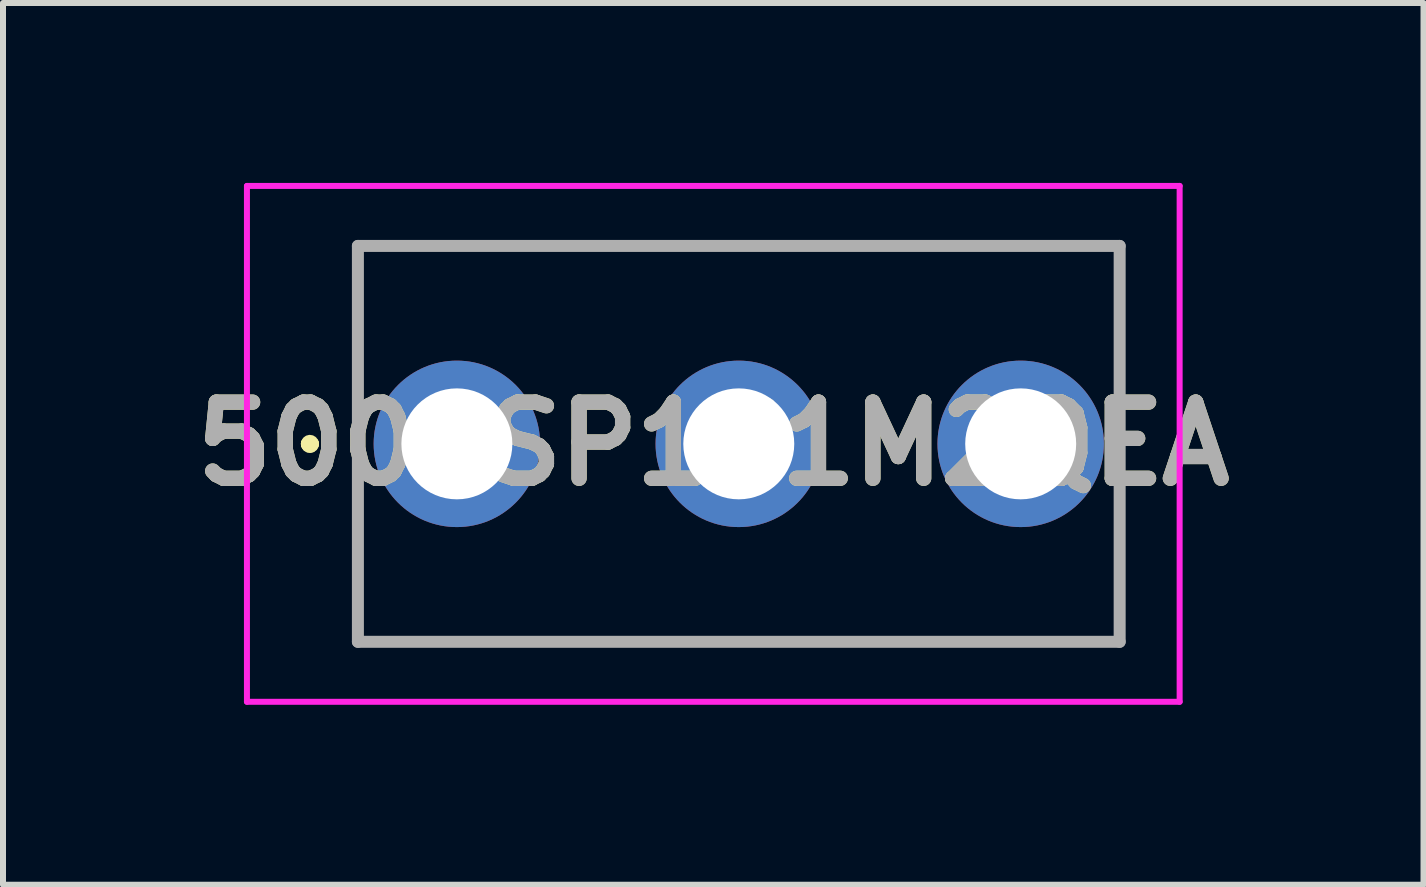
<source format=kicad_pcb>
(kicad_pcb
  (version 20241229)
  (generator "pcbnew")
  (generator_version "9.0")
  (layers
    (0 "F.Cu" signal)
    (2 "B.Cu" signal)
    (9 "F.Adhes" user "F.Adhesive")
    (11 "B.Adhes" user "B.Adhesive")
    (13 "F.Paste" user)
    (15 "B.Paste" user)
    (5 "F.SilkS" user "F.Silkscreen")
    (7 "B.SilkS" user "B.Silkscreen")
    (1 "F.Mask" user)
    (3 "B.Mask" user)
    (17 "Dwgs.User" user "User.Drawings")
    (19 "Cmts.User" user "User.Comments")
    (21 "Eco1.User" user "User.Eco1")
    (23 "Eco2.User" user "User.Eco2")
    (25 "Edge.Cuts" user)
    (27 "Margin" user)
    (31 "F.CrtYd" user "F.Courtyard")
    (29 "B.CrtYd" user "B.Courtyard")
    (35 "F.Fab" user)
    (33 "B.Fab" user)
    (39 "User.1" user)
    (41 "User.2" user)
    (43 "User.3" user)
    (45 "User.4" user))
  (footprint "500SSP1S1M2QEA"
    (layer "F.Cu")
    (at 4.567 4.35)
    (property "Reference" "500SSP1S1M2QEA" (at 4.275 0 0) (layer "F.SilkS") (effects (font (size 1.27 1.27) (thickness 0.254))))
    (attr through_hole)
    (fp_line (start -2.5 0) (end -2.5 0) (stroke (width 0.2) (type solid)) (layer "F.SilkS"))
    (fp_line (start -2.5 0) (end -2.5 0) (stroke (width 0.2) (type solid)) (layer "F.SilkS"))
    (fp_line (start -2.4 0) (end -2.4 0) (stroke (width 0.2) (type solid)) (layer "F.SilkS"))
    (fp_line (start -1.65 -3.3) (end -1.65 -3.3) (stroke (width 0.1) (type solid)) (layer "F.SilkS"))
    (fp_line (start -1.65 -3.3) (end -1.65 -3.3) (stroke (width 0.1) (type solid)) (layer "F.SilkS"))
    (fp_line (start -1.65 -3.3) (end -1.65 -2) (stroke (width 0.1) (type solid)) (layer "F.SilkS"))
    (fp_line (start -1.65 -3.3) (end 11.05 -3.3) (stroke (width 0.1) (type solid)) (layer "F.SilkS"))
    (fp_line (start -1.65 -2) (end -1.65 -3.3) (stroke (width 0.1) (type solid)) (layer "F.SilkS"))
    (fp_line (start -1.65 -2) (end -1.65 -2) (stroke (width 0.1) (type solid)) (layer "F.SilkS"))
    (fp_line (start -1.65 2) (end -1.65 2) (stroke (width 0.1) (type solid)) (layer "F.SilkS"))
    (fp_line (start -1.65 2) (end -1.65 3.3) (stroke (width 0.1) (type solid)) (layer "F.SilkS"))
    (fp_line (start -1.65 3.3) (end -1.65 2) (stroke (width 0.1) (type solid)) (layer "F.SilkS"))
    (fp_line (start -1.65 3.3) (end -1.65 3.3) (stroke (width 0.1) (type solid)) (layer "F.SilkS"))
    (fp_line (start -1.65 3.3) (end -1.65 3.3) (stroke (width 0.1) (type solid)) (layer "F.SilkS"))
    (fp_line (start -1.65 3.3) (end 11.05 3.3) (stroke (width 0.1) (type solid)) (layer "F.SilkS"))
    (fp_line (start 11.05 -3.3) (end -1.65 -3.3) (stroke (width 0.1) (type solid)) (layer "F.SilkS"))
    (fp_line (start 11.05 -3.3) (end 11.05 -3.3) (stroke (width 0.1) (type solid)) (layer "F.SilkS"))
    (fp_line (start 11.05 -3.3) (end 11.05 -3.3) (stroke (width 0.1) (type solid)) (layer "F.SilkS"))
    (fp_line (start 11.05 -3.3) (end 11.05 -2) (stroke (width 0.1) (type solid)) (layer "F.SilkS"))
    (fp_line (start 11.05 -2) (end 11.05 -3.3) (stroke (width 0.1) (type solid)) (layer "F.SilkS"))
    (fp_line (start 11.05 -2) (end 11.05 -2) (stroke (width 0.1) (type solid)) (layer "F.SilkS"))
    (fp_line (start 11.05 2) (end 11.05 2) (stroke (width 0.1) (type solid)) (layer "F.SilkS"))
    (fp_line (start 11.05 2) (end 11.05 3.3) (stroke (width 0.1) (type solid)) (layer "F.SilkS"))
    (fp_line (start 11.05 3.3) (end -1.65 3.3) (stroke (width 0.1) (type solid)) (layer "F.SilkS"))
    (fp_line (start 11.05 3.3) (end 11.05 2) (stroke (width 0.1) (type solid)) (layer "F.SilkS"))
    (fp_line (start 11.05 3.3) (end 11.05 3.3) (stroke (width 0.1) (type solid)) (layer "F.SilkS"))
    (fp_line (start 11.05 3.3) (end 11.05 3.3) (stroke (width 0.1) (type solid)) (layer "F.SilkS"))
    (fp_arc (start -2.5 0) (mid -2.45 -0.05) (end -2.4 0) (stroke (width 0.2) (type solid)) (layer "F.SilkS"))
    (fp_arc (start -2.4 0) (mid -2.45 0.05) (end -2.5 0) (stroke (width 0.2) (type solid)) (layer "F.SilkS"))
    (fp_arc (start -2.4 0) (mid -2.45 0.05) (end -2.5 0) (stroke (width 0.2) (type solid)) (layer "F.SilkS"))
    (fp_line (start -3.5 -4.3) (end 12.05 -4.3) (stroke (width 0.1) (type solid)) (layer "F.CrtYd"))
    (fp_line (start -3.5 4.3) (end -3.5 -4.3) (stroke (width 0.1) (type solid)) (layer "F.CrtYd"))
    (fp_line (start 12.05 -4.3) (end 12.05 4.3) (stroke (width 0.1) (type solid)) (layer "F.CrtYd"))
    (fp_line (start 12.05 4.3) (end -3.5 4.3) (stroke (width 0.1) (type solid)) (layer "F.CrtYd"))
    (fp_line (start -1.65 -3.3) (end -1.65 3.3) (stroke (width 0.2) (type solid)) (layer "F.Fab"))
    (fp_line (start -1.65 3.3) (end 11.05 3.3) (stroke (width 0.2) (type solid)) (layer "F.Fab"))
    (fp_line (start 11.05 -3.3) (end -1.65 -3.3) (stroke (width 0.2) (type solid)) (layer "F.Fab"))
    (fp_line (start 11.05 3.3) (end 11.05 -3.3) (stroke (width 0.2) (type solid)) (layer "F.Fab"))
    (fp_text user "${REFERENCE}" (at 4.275 0 0) (layer "F.Fab") (effects (font (size 1.27 1.27) (thickness 0.254))))
    (pad "1" thru_hole circle (at 0 0) (size 2.775 2.775) (drill 1.85) (layers "*.Cu" "*.Mask"))
    (pad "2" thru_hole circle (at 4.7 0) (size 2.775 2.775) (drill 1.85) (layers "*.Cu" "*.Mask"))
    (pad "3" thru_hole circle (at 9.4 0) (size 2.775 2.775) (drill 1.85) (layers "*.Cu" "*.Mask")))
  (gr_rect
    (start -3 -3)
    (end 20.683 11.7)
    (stroke (width 0.1) (type default))
    (fill no)
    (layer "Edge.Cuts")))
</source>
